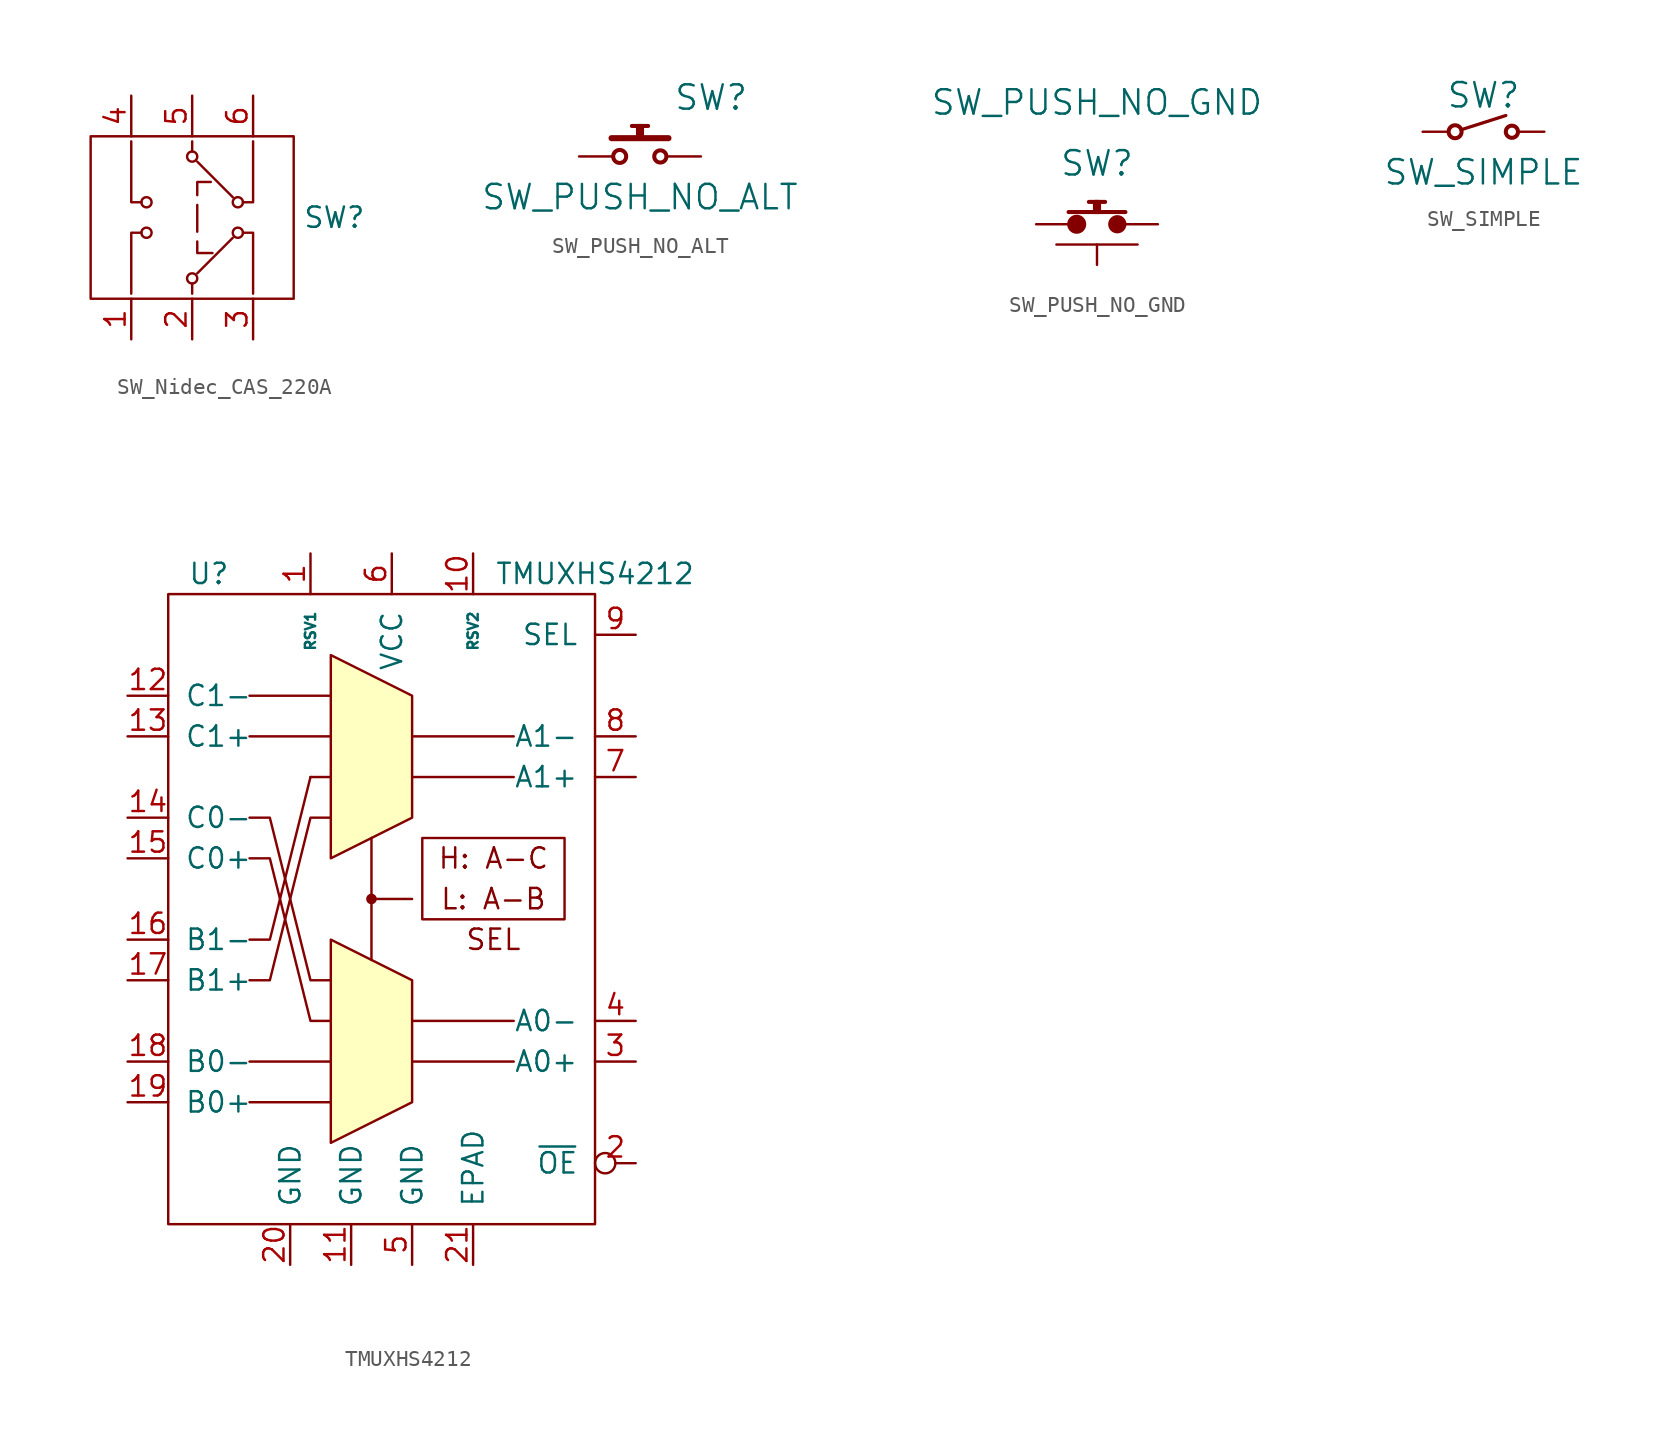
<source format=kicad_sym>
(kicad_symbol_lib
  (version 20231120)
  (generator "kicad_symbol_editor")
  (generator_version "8.0")
  (symbol "SW_Nidec_CAS_220A"
    (property "Reference" "SW"
      (at 8.89 0 0)
      (effects (font (size 1.27 1.27))))
    (property "Value" ""
      (at 0 0 0)
      (effects (font (size 1.27 1.27))))
    (symbol "SW_Nidec_CAS_220A_0_0"
      (text_box "" (at -6.35 5.08 0) (size 12.7 -10.16) (stroke (width 0) (type default)) (fill (type color) (color 0 0 0 0)) (effects (font (size 1.27 1.27)) (justify left top))))
    (symbol "SW_Nidec_CAS_220A_1_1"
      (circle (center -2.857 -0.953) (radius 0.318) (stroke (width 0) (type default)) (fill (type none)))
      (circle (center -2.857 0.953) (radius 0.318) (stroke (width 0) (type default)) (fill (type none)))
      (circle (center 0 -3.81) (radius 0.318) (stroke (width 0) (type default)) (fill (type none)))
      (polyline (pts (xy 0 -4.128) (xy 0 -4.763)) (stroke (width 0) (type default)) (fill (type none)))
      (polyline (pts (xy 0 4.128) (xy 0 4.763)) (stroke (width 0) (type default)) (fill (type none)))
      (polyline (pts (xy 0.318 -3.493) (xy 2.54 -1.27)) (stroke (width 0) (type default)) (fill (type none)))
      (polyline (pts (xy 0.318 3.493) (xy 2.54 1.27)) (stroke (width 0) (type default)) (fill (type none)))
      (polyline (pts (xy -3.175 -0.953) (xy -3.81 -0.953) (xy -3.81 -4.763)) (stroke (width 0) (type default)) (fill (type none)))
      (polyline (pts (xy -3.175 0.953) (xy -3.81 0.953) (xy -3.81 4.763)) (stroke (width 0) (type default)) (fill (type none)))
      (polyline (pts (xy 3.175 -0.953) (xy 3.81 -0.953) (xy 3.81 -4.763)) (stroke (width 0) (type default)) (fill (type none)))
      (polyline (pts (xy 3.175 0.953) (xy 3.81 0.953) (xy 3.81 4.763)) (stroke (width 0) (type default)) (fill (type none)))
      (polyline (pts (xy 1.27 -2.223) (xy 0.318 -2.223) (xy 0.318 2.223) (xy 1.27 2.223)) (stroke (width 0) (type dash)) (fill (type none)))
      (circle (center 0 3.81) (radius 0.318) (stroke (width 0) (type default)) (fill (type none)))
      (circle (center 2.857 -0.953) (radius 0.318) (stroke (width 0) (type default)) (fill (type none)))
      (circle (center 2.857 0.953) (radius 0.318) (stroke (width 0) (type default)) (fill (type none)))
      (pin input line (at -3.81 -7.62 90) (length 2.54) (name "" (effects (font (size 1.27 1.27)))) (number "1" (effects (font (size 1.27 1.27)))))
      (pin input line (at 0 -7.62 90) (length 2.54) (name "" (effects (font (size 1.27 1.27)))) (number "2" (effects (font (size 1.27 1.27)))))
      (pin input line (at 3.81 -7.62 90) (length 2.54) (name "" (effects (font (size 1.27 1.27)))) (number "3" (effects (font (size 1.27 1.27)))))
      (pin input line (at -3.81 7.62 270) (length 2.54) (name "" (effects (font (size 1.27 1.27)))) (number "4" (effects (font (size 1.27 1.27)))))
      (pin input line (at 0 7.62 270) (length 2.54) (name "" (effects (font (size 1.27 1.27)))) (number "5" (effects (font (size 1.27 1.27)))))
      (pin input line (at 3.81 7.62 270) (length 2.54) (name "" (effects (font (size 1.27 1.27)))) (number "6" (effects (font (size 1.27 1.27)))))))
  (symbol "SW_PUSH_NO_ALT"
    (pin_numbers hide)
    (pin_names
      (offset 0) hide)
    (property "Reference" "SW"
      (at 4.445 3.683 0)
      (effects (font (size 1.524 1.524))))
    (property "Value" "SW_PUSH_NO_ALT"
      (at 0 -2.54 0)
      (effects (font (size 1.524 1.524))))
    (property "Footprint" ""
      (at 0 0 0)
      (effects (font (size 1.524 1.524))))
    (property "Datasheet" ""
      (at 0 0 0)
      (effects (font (size 1.524 1.524))))
    (symbol "SW_PUSH_NO_ALT_0_1"
      (circle (center -1.27 0) (radius 0.406) (stroke (width 0.254) (type default)) (fill (type none)))
      (rectangle (start -0.127 1.905) (end 0.127 1.27) (stroke (width 0.254) (type default)) (fill (type none)))
      (polyline (pts (xy -1.778 1.143) (xy 1.778 1.143)) (stroke (width 0.381) (type default)) (fill (type none)))
      (polyline (pts (xy -0.508 1.905) (xy 0.508 1.905)) (stroke (width 0.254) (type default)) (fill (type none)))
      (circle (center 1.27 0) (radius 0.381) (stroke (width 0.254) (type default)) (fill (type none))))
    (symbol "SW_PUSH_NO_ALT_1_1"
      (pin passive line (at -3.81 0 0) (length 2.032) (name "~" (effects (font (size 1.27 1.27)))) (number "1" (effects (font (size 1.27 1.27)))))
      (pin passive line (at 3.81 0 180) (length 2.032) (name "~" (effects (font (size 1.27 1.27)))) (number "2" (effects (font (size 1.27 1.27)))))))
  (symbol "SW_PUSH_NO_GND"
    (pin_numbers hide)
    (pin_names
      (offset 0) hide)
    (property "Reference" "SW"
      (at 0 3.81 0)
      (effects (font (size 1.524 1.524))))
    (property "Value" "SW_PUSH_NO_GND"
      (at 0 7.62 0)
      (effects (font (size 1.524 1.524))))
    (property "Footprint" ""
      (at 0 0 0)
      (effects (font (size 1.524 1.524))))
    (property "Datasheet" ""
      (at 0 0 0)
      (effects (font (size 1.524 1.524))))
    (symbol "SW_PUSH_NO_GND_0_1"
      (circle (center -1.27 0) (radius 0.406) (stroke (width 0.381) (type default)) (fill (type outline)))
      (rectangle (start -0.127 1.397) (end 0.127 0.762) (stroke (width 0.254) (type default)) (fill (type none)))
      (polyline (pts (xy -1.778 0.762) (xy 1.778 0.762)) (stroke (width 0.254) (type default)) (fill (type none)))
      (polyline (pts (xy -0.508 1.397) (xy 0.508 1.397)) (stroke (width 0.254) (type default)) (fill (type none)))
      (polyline (pts (xy 2.54 -1.27) (xy -2.54 -1.27)) (stroke (width 0) (type default)) (fill (type none)))
      (circle (center 1.27 0) (radius 0.381) (stroke (width 0.381) (type default)) (fill (type outline))))
    (symbol "SW_PUSH_NO_GND_1_1"
      (pin input line (at -3.81 0 0) (length 2.54) (name "~" (effects (font (size 1.27 1.27)))) (number "1" (effects (font (size 1.27 1.27)))))
      (pin input line (at 3.81 0 180) (length 2.54) (name "~" (effects (font (size 1.27 1.27)))) (number "2" (effects (font (size 1.27 1.27)))))
      (pin input line (at 0 -2.54 90) (length 1.27) (name "" (effects (font (size 1.27 1.27)))) (number "3" (effects (font (size 1.27 1.27)))))))
  (symbol "SW_SIMPLE"
    (pin_numbers hide)
    (pin_names
      (offset 0) hide)
    (property "Reference" "SW"
      (at 0 2.286 0)
      (effects (font (size 1.524 1.524))))
    (property "Value" "SW_SIMPLE"
      (at 0 -2.54 0)
      (effects (font (size 1.524 1.524))))
    (property "Footprint" ""
      (at 0 0 0)
      (effects (font (size 1.524 1.524))))
    (property "Datasheet" ""
      (at 0 0 0)
      (effects (font (size 1.524 1.524))))
    (symbol "SW_SIMPLE_0_1"
      (circle (center -1.778 0) (radius 0.406) (stroke (width 0.254) (type default)) (fill (type none)))
      (polyline (pts (xy -1.397 0.127) (xy 1.397 1.016)) (stroke (width 0.203) (type default)) (fill (type none)))
      (circle (center 1.778 0) (radius 0.381) (stroke (width 0.254) (type default)) (fill (type none))))
    (symbol "SW_SIMPLE_1_1"
      (pin input line (at -3.81 0 0) (length 1.524) (name "~" (effects (font (size 1.27 1.27)))) (number "1" (effects (font (size 1.27 1.27)))))
      (pin input line (at 3.81 0 180) (length 1.524) (name "~" (effects (font (size 1.27 1.27)))) (number "2" (effects (font (size 1.27 1.27)))))))
  (symbol "TMUXHS4212"
    (pin_names
      (offset 1.016))
    (property "Reference" "U"
      (at -11.43 21.59 0)
      (effects (font (size 1.27 1.27))))
    (property "Value" "TMUXHS4212"
      (at 12.7 21.59 0)
      (effects (font (size 1.27 1.27))))
    (symbol "TMUXHS4212_0_0"
      (rectangle (start -13.97 20.32) (end 12.7 -19.05) (stroke (width 0) (type default)) (fill (type none)))
      (circle (center -1.27 1.27) (radius 0.254) (stroke (width 0) (type default)) (fill (type outline)))
      (rectangle (start 1.905 0) (end 10.795 5.08) (stroke (width 0) (type default)) (fill (type none)))
      (text "H: A-C" (at 6.35 3.81 0) (effects (font (size 1.27 1.27))))
      (text "L: A-B" (at 6.35 1.27 0) (effects (font (size 1.27 1.27))))
      (text "SEL" (at 6.35 -1.27 0) (effects (font (size 1.27 1.27)))))
    (symbol "TMUXHS4212_0_1"
      (polyline (pts (xy -8.89 -11.43) (xy -3.81 -11.43)) (stroke (width 0) (type default)) (fill (type none)))
      (polyline (pts (xy -8.89 -8.89) (xy -3.81 -8.89)) (stroke (width 0) (type default)) (fill (type none)))
      (polyline (pts (xy -8.89 11.43) (xy -3.81 11.43)) (stroke (width 0) (type default)) (fill (type none)))
      (polyline (pts (xy -8.89 13.97) (xy -3.81 13.97)) (stroke (width 0) (type default)) (fill (type none)))
      (polyline (pts (xy -5.08 8.89) (xy -3.81 8.89)) (stroke (width 0) (type default)) (fill (type none)))
      (polyline (pts (xy -1.27 1.27) (xy 1.27 1.27)) (stroke (width 0) (type default)) (fill (type none)))
      (polyline (pts (xy 1.27 -8.89) (xy 7.62 -8.89)) (stroke (width 0) (type default)) (fill (type none)))
      (polyline (pts (xy 1.27 -6.35) (xy 7.62 -6.35)) (stroke (width 0) (type default)) (fill (type none)))
      (polyline (pts (xy 1.27 8.89) (xy 7.62 8.89)) (stroke (width 0) (type default)) (fill (type none)))
      (polyline (pts (xy 1.27 11.43) (xy 7.62 11.43)) (stroke (width 0) (type default)) (fill (type none)))
      (polyline (pts (xy -8.89 -1.27) (xy -7.62 -1.27) (xy -5.08 8.89)) (stroke (width 0) (type default)) (fill (type none)))
      (polyline (pts (xy -8.89 -3.81) (xy -7.62 -3.81) (xy -5.08 6.35) (xy -3.81 6.35)) (stroke (width 0) (type default)) (fill (type none)))
      (polyline (pts (xy -8.89 3.81) (xy -7.62 3.81) (xy -5.08 -6.35) (xy -3.81 -6.35)) (stroke (width 0) (type default)) (fill (type none)))
      (polyline (pts (xy -8.89 6.35) (xy -7.62 6.35) (xy -5.08 -3.81) (xy -3.81 -3.81)) (stroke (width 0) (type default)) (fill (type none)))
      (polyline (pts (xy -3.81 -13.97) (xy -3.81 -1.27) (xy 1.27 -3.81) (xy 1.27 -11.43) (xy -3.81 -13.97)) (stroke (width 0) (type default)) (fill (type background)))
      (polyline (pts (xy -1.27 -0.635) (xy -1.27 -2.54) (xy -1.27 1.27) (xy -1.27 2.54) (xy -1.27 5.08)) (stroke (width 0) (type default)) (fill (type none))))
    (symbol "TMUXHS4212_1_1"
      (polyline (pts (xy -3.81 3.81) (xy -3.81 16.51) (xy 1.27 13.97) (xy 1.27 6.35) (xy -3.81 3.81)) (stroke (width 0) (type default)) (fill (type background)))
      (pin input line (at -5.08 22.86 270) (length 2.54) (name "RSV1" (effects (font (size 0.635 0.635)))) (number "1" (effects (font (size 1.27 1.27)))))
      (pin input line (at 5.08 22.86 270) (length 2.54) (name "RSV2" (effects (font (size 0.635 0.635)))) (number "10" (effects (font (size 1.27 1.27)))))
      (pin power_in line (at -2.54 -21.59 90) (length 2.54) (name "GND" (effects (font (size 1.27 1.27)))) (number "11" (effects (font (size 1.27 1.27)))))
      (pin bidirectional line (at -16.51 13.97 0) (length 2.54) (name "C1-" (effects (font (size 1.27 1.27)))) (number "12" (effects (font (size 1.27 1.27)))))
      (pin bidirectional line (at -16.51 11.43 0) (length 2.54) (name "C1+" (effects (font (size 1.27 1.27)))) (number "13" (effects (font (size 1.27 1.27)))))
      (pin bidirectional line (at -16.51 6.35 0) (length 2.54) (name "C0-" (effects (font (size 1.27 1.27)))) (number "14" (effects (font (size 1.27 1.27)))))
      (pin bidirectional line (at -16.51 3.81 0) (length 2.54) (name "C0+" (effects (font (size 1.27 1.27)))) (number "15" (effects (font (size 1.27 1.27)))))
      (pin bidirectional line (at -16.51 -1.27 0) (length 2.54) (name "B1-" (effects (font (size 1.27 1.27)))) (number "16" (effects (font (size 1.27 1.27)))))
      (pin bidirectional line (at -16.51 -3.81 0) (length 2.54) (name "B1+" (effects (font (size 1.27 1.27)))) (number "17" (effects (font (size 1.27 1.27)))))
      (pin bidirectional line (at -16.51 -8.89 0) (length 2.54) (name "B0-" (effects (font (size 1.27 1.27)))) (number "18" (effects (font (size 1.27 1.27)))))
      (pin bidirectional line (at -16.51 -11.43 0) (length 2.54) (name "B0+" (effects (font (size 1.27 1.27)))) (number "19" (effects (font (size 1.27 1.27)))))
      (pin input inverted (at 15.24 -15.24 180) (length 2.54) (name "~{OE}" (effects (font (size 1.27 1.27)))) (number "2" (effects (font (size 1.27 1.27)))))
      (pin power_in line (at -6.35 -21.59 90) (length 2.54) (name "GND" (effects (font (size 1.27 1.27)))) (number "20" (effects (font (size 1.27 1.27)))))
      (pin power_in line (at 5.08 -21.59 90) (length 2.54) (name "EPAD" (effects (font (size 1.27 1.27)))) (number "21" (effects (font (size 1.27 1.27)))))
      (pin bidirectional line (at 15.24 -8.89 180) (length 2.54) (name "A0+" (effects (font (size 1.27 1.27)))) (number "3" (effects (font (size 1.27 1.27)))))
      (pin bidirectional line (at 15.24 -6.35 180) (length 2.54) (name "A0-" (effects (font (size 1.27 1.27)))) (number "4" (effects (font (size 1.27 1.27)))))
      (pin power_in line (at 1.27 -21.59 90) (length 2.54) (name "GND" (effects (font (size 1.27 1.27)))) (number "5" (effects (font (size 1.27 1.27)))))
      (pin power_in line (at 0 22.86 270) (length 2.54) (name "VCC" (effects (font (size 1.27 1.27)))) (number "6" (effects (font (size 1.27 1.27)))))
      (pin bidirectional line (at 15.24 8.89 180) (length 2.54) (name "A1+" (effects (font (size 1.27 1.27)))) (number "7" (effects (font (size 1.27 1.27)))))
      (pin bidirectional line (at 15.24 11.43 180) (length 2.54) (name "A1-" (effects (font (size 1.27 1.27)))) (number "8" (effects (font (size 1.27 1.27)))))
      (pin input line (at 15.24 17.78 180) (length 2.54) (name "SEL" (effects (font (size 1.27 1.27)))) (number "9" (effects (font (size 1.27 1.27))))))))
</source>
